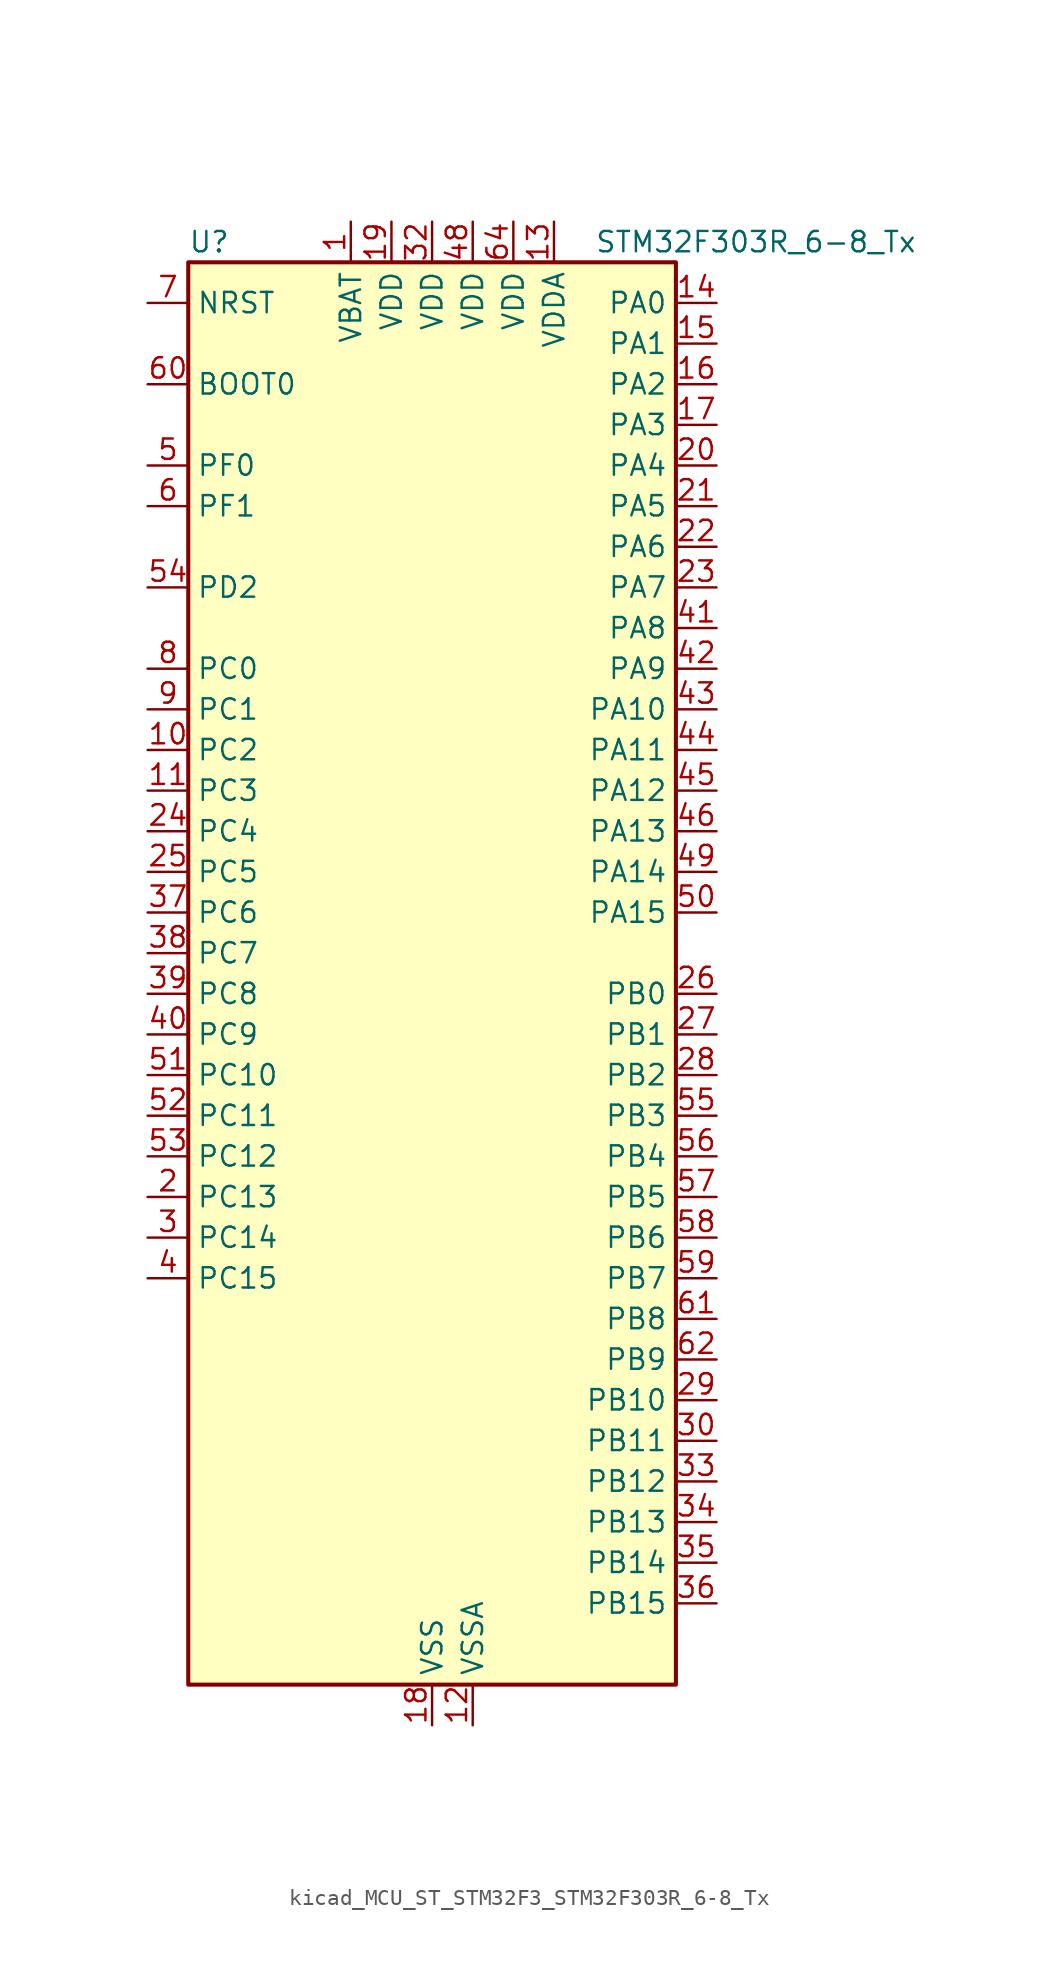
<source format=kicad_sym>
(kicad_symbol_lib
  (version 20220914)
  (generator kicad_symbol_editor)
  (symbol "kicad_MCU_ST_STM32F3_STM32F303R_6-8_Tx"
    (property "Reference" "U"
      (at -15.24 46.99 0)
      (effects (font (size 1.27 1.27)) (justify left)))
    (property "Value" "STM32F303R_6-8_Tx"
      (at 10.16 46.99 0)
      (effects (font (size 1.27 1.27)) (justify left)))
    (property "ki_locked" ""
      (at 0 0 0)
      (effects (font (size 1.27 1.27))))
    (symbol "kicad_MCU_ST_STM32F3_STM32F303R_6-8_Tx_0_1"
      (rectangle (start -15.24 -43.18) (end 15.24 45.72) (stroke (width 0.254) (type default)) (fill (type background))))
    (symbol "kicad_MCU_ST_STM32F3_STM32F303R_6-8_Tx_1_1"
      (pin power_in line (at -5.08 48.26 270) (length 2.54) (name "VBAT" (effects (font (size 1.27 1.27)))) (number "1" (effects (font (size 1.27 1.27)))))
      (pin bidirectional line (at -17.78 15.24 0) (length 2.54) (name "PC2" (effects (font (size 1.27 1.27)))) (number "10" (effects (font (size 1.27 1.27)))) (alternate "ADC1_IN8" bidirectional line) (alternate "ADC2_IN8" bidirectional line) (alternate "TIM1_CH3" bidirectional line))
      (pin bidirectional line (at -17.78 12.7 0) (length 2.54) (name "PC3" (effects (font (size 1.27 1.27)))) (number "11" (effects (font (size 1.27 1.27)))) (alternate "ADC1_IN9" bidirectional line) (alternate "ADC2_IN9" bidirectional line) (alternate "TIM1_BKIN2" bidirectional line) (alternate "TIM1_CH4" bidirectional line))
      (pin power_in line (at 2.54 -45.72 90) (length 2.54) (name "VSSA" (effects (font (size 1.27 1.27)))) (number "12" (effects (font (size 1.27 1.27)))))
      (pin power_in line (at 7.62 48.26 270) (length 2.54) (name "VDDA" (effects (font (size 1.27 1.27)))) (number "13" (effects (font (size 1.27 1.27)))))
      (pin bidirectional line (at 17.78 43.18 180) (length 2.54) (name "PA0" (effects (font (size 1.27 1.27)))) (number "14" (effects (font (size 1.27 1.27)))) (alternate "ADC1_IN1" bidirectional line) (alternate "RTC_TAMP2" bidirectional line) (alternate "SYS_WKUP1" bidirectional line) (alternate "TIM2_CH1" bidirectional line) (alternate "TIM2_ETR" bidirectional line) (alternate "TSC_G1_IO1" bidirectional line) (alternate "USART2_CTS" bidirectional line))
      (pin bidirectional line (at 17.78 40.64 180) (length 2.54) (name "PA1" (effects (font (size 1.27 1.27)))) (number "15" (effects (font (size 1.27 1.27)))) (alternate "ADC1_IN2" bidirectional line) (alternate "RTC_REFIN" bidirectional line) (alternate "TIM15_CH1N" bidirectional line) (alternate "TIM2_CH2" bidirectional line) (alternate "TSC_G1_IO2" bidirectional line) (alternate "USART2_DE" bidirectional line) (alternate "USART2_RTS" bidirectional line))
      (pin bidirectional line (at 17.78 38.1 180) (length 2.54) (name "PA2" (effects (font (size 1.27 1.27)))) (number "16" (effects (font (size 1.27 1.27)))) (alternate "ADC1_IN3" bidirectional line) (alternate "COMP2_INM" bidirectional line) (alternate "COMP2_OUT" bidirectional line) (alternate "TIM15_CH1" bidirectional line) (alternate "TIM2_CH3" bidirectional line) (alternate "TSC_G1_IO3" bidirectional line) (alternate "USART2_TX" bidirectional line))
      (pin bidirectional line (at 17.78 35.56 180) (length 2.54) (name "PA3" (effects (font (size 1.27 1.27)))) (number "17" (effects (font (size 1.27 1.27)))) (alternate "ADC1_IN4" bidirectional line) (alternate "TIM15_CH2" bidirectional line) (alternate "TIM2_CH4" bidirectional line) (alternate "TSC_G1_IO4" bidirectional line) (alternate "USART2_RX" bidirectional line))
      (pin power_in line (at 0 -45.72 90) (length 2.54) (name "VSS" (effects (font (size 1.27 1.27)))) (number "18" (effects (font (size 1.27 1.27)))))
      (pin power_in line (at -2.54 48.26 270) (length 2.54) (name "VDD" (effects (font (size 1.27 1.27)))) (number "19" (effects (font (size 1.27 1.27)))))
      (pin bidirectional line (at -17.78 -12.7 0) (length 2.54) (name "PC13" (effects (font (size 1.27 1.27)))) (number "2" (effects (font (size 1.27 1.27)))) (alternate "RTC_OUT_ALARM" bidirectional line) (alternate "RTC_OUT_CALIB" bidirectional line) (alternate "RTC_TAMP1" bidirectional line) (alternate "RTC_TS" bidirectional line) (alternate "SYS_WKUP2" bidirectional line) (alternate "TIM1_CH1N" bidirectional line))
      (pin bidirectional line (at 17.78 33.02 180) (length 2.54) (name "PA4" (effects (font (size 1.27 1.27)))) (number "20" (effects (font (size 1.27 1.27)))) (alternate "ADC2_IN1" bidirectional line) (alternate "COMP2_INM" bidirectional line) (alternate "COMP4_INM" bidirectional line) (alternate "COMP6_INM" bidirectional line) (alternate "DAC1_OUT1" bidirectional line) (alternate "SPI1_NSS" bidirectional line) (alternate "TIM3_CH2" bidirectional line) (alternate "TSC_G2_IO1" bidirectional line) (alternate "USART2_CK" bidirectional line))
      (pin bidirectional line (at 17.78 30.48 180) (length 2.54) (name "PA5" (effects (font (size 1.27 1.27)))) (number "21" (effects (font (size 1.27 1.27)))) (alternate "ADC2_IN2" bidirectional line) (alternate "DAC1_OUT2" bidirectional line) (alternate "OPAMP2_VINM" bidirectional line) (alternate "OPAMP2_VINM_SEC" bidirectional line) (alternate "SPI1_SCK" bidirectional line) (alternate "TIM2_CH1" bidirectional line) (alternate "TIM2_ETR" bidirectional line) (alternate "TSC_G2_IO2" bidirectional line))
      (pin bidirectional line (at 17.78 27.94 180) (length 2.54) (name "PA6" (effects (font (size 1.27 1.27)))) (number "22" (effects (font (size 1.27 1.27)))) (alternate "ADC2_IN3" bidirectional line) (alternate "DAC2_OUT1" bidirectional line) (alternate "OPAMP2_VOUT" bidirectional line) (alternate "SPI1_MISO" bidirectional line) (alternate "TIM16_CH1" bidirectional line) (alternate "TIM1_BKIN" bidirectional line) (alternate "TIM3_CH1" bidirectional line) (alternate "TSC_G2_IO3" bidirectional line))
      (pin bidirectional line (at 17.78 25.4 180) (length 2.54) (name "PA7" (effects (font (size 1.27 1.27)))) (number "23" (effects (font (size 1.27 1.27)))) (alternate "ADC2_IN4" bidirectional line) (alternate "COMP2_INP" bidirectional line) (alternate "OPAMP2_VINP" bidirectional line) (alternate "OPAMP2_VINP_SEC" bidirectional line) (alternate "SPI1_MOSI" bidirectional line) (alternate "TIM17_CH1" bidirectional line) (alternate "TIM1_CH1N" bidirectional line) (alternate "TIM3_CH2" bidirectional line) (alternate "TSC_G2_IO4" bidirectional line))
      (pin bidirectional line (at -17.78 10.16 0) (length 2.54) (name "PC4" (effects (font (size 1.27 1.27)))) (number "24" (effects (font (size 1.27 1.27)))) (alternate "ADC2_IN5" bidirectional line) (alternate "TIM1_ETR" bidirectional line) (alternate "USART1_TX" bidirectional line))
      (pin bidirectional line (at -17.78 7.62 0) (length 2.54) (name "PC5" (effects (font (size 1.27 1.27)))) (number "25" (effects (font (size 1.27 1.27)))) (alternate "ADC2_IN11" bidirectional line) (alternate "OPAMP2_VINM" bidirectional line) (alternate "OPAMP2_VINM_SEC" bidirectional line) (alternate "TIM15_BKIN" bidirectional line) (alternate "TSC_G3_IO1" bidirectional line) (alternate "USART1_RX" bidirectional line))
      (pin bidirectional line (at 17.78 0 180) (length 2.54) (name "PB0" (effects (font (size 1.27 1.27)))) (number "26" (effects (font (size 1.27 1.27)))) (alternate "ADC1_IN11" bidirectional line) (alternate "COMP4_INP" bidirectional line) (alternate "OPAMP2_VINP" bidirectional line) (alternate "OPAMP2_VINP_SEC" bidirectional line) (alternate "TIM1_CH2N" bidirectional line) (alternate "TIM3_CH3" bidirectional line) (alternate "TSC_G3_IO2" bidirectional line))
      (pin bidirectional line (at 17.78 -2.54 180) (length 2.54) (name "PB1" (effects (font (size 1.27 1.27)))) (number "27" (effects (font (size 1.27 1.27)))) (alternate "ADC1_IN12" bidirectional line) (alternate "COMP4_OUT" bidirectional line) (alternate "TIM1_CH3N" bidirectional line) (alternate "TIM3_CH4" bidirectional line) (alternate "TSC_G3_IO3" bidirectional line))
      (pin bidirectional line (at 17.78 -5.08 180) (length 2.54) (name "PB2" (effects (font (size 1.27 1.27)))) (number "28" (effects (font (size 1.27 1.27)))) (alternate "ADC2_IN12" bidirectional line) (alternate "COMP4_INM" bidirectional line) (alternate "TSC_G3_IO4" bidirectional line))
      (pin bidirectional line (at 17.78 -25.4 180) (length 2.54) (name "PB10" (effects (font (size 1.27 1.27)))) (number "29" (effects (font (size 1.27 1.27)))) (alternate "TIM2_CH3" bidirectional line) (alternate "TSC_SYNC" bidirectional line) (alternate "USART3_TX" bidirectional line))
      (pin bidirectional line (at -17.78 -15.24 0) (length 2.54) (name "PC14" (effects (font (size 1.27 1.27)))) (number "3" (effects (font (size 1.27 1.27)))) (alternate "RCC_OSC32_IN" bidirectional line))
      (pin bidirectional line (at 17.78 -27.94 180) (length 2.54) (name "PB11" (effects (font (size 1.27 1.27)))) (number "30" (effects (font (size 1.27 1.27)))) (alternate "COMP6_INP" bidirectional line) (alternate "TIM2_CH4" bidirectional line) (alternate "TSC_G6_IO1" bidirectional line) (alternate "USART3_RX" bidirectional line))
      (pin passive line (at 0 -45.72 90) (length 2.54) hide (name "VSS" (effects (font (size 1.27 1.27)))) (number "31" (effects (font (size 1.27 1.27)))))
      (pin power_in line (at 0 48.26 270) (length 2.54) (name "VDD" (effects (font (size 1.27 1.27)))) (number "32" (effects (font (size 1.27 1.27)))))
      (pin bidirectional line (at 17.78 -30.48 180) (length 2.54) (name "PB12" (effects (font (size 1.27 1.27)))) (number "33" (effects (font (size 1.27 1.27)))) (alternate "ADC2_IN13" bidirectional line) (alternate "TIM1_BKIN" bidirectional line) (alternate "TSC_G6_IO2" bidirectional line) (alternate "USART3_CK" bidirectional line))
      (pin bidirectional line (at 17.78 -33.02 180) (length 2.54) (name "PB13" (effects (font (size 1.27 1.27)))) (number "34" (effects (font (size 1.27 1.27)))) (alternate "ADC1_IN13" bidirectional line) (alternate "TIM1_CH1N" bidirectional line) (alternate "TSC_G6_IO3" bidirectional line) (alternate "USART3_CTS" bidirectional line))
      (pin bidirectional line (at 17.78 -35.56 180) (length 2.54) (name "PB14" (effects (font (size 1.27 1.27)))) (number "35" (effects (font (size 1.27 1.27)))) (alternate "ADC2_IN14" bidirectional line) (alternate "OPAMP2_VINP" bidirectional line) (alternate "OPAMP2_VINP_SEC" bidirectional line) (alternate "TIM15_CH1" bidirectional line) (alternate "TIM1_CH2N" bidirectional line) (alternate "TSC_G6_IO4" bidirectional line) (alternate "USART3_DE" bidirectional line) (alternate "USART3_RTS" bidirectional line))
      (pin bidirectional line (at 17.78 -38.1 180) (length 2.54) (name "PB15" (effects (font (size 1.27 1.27)))) (number "36" (effects (font (size 1.27 1.27)))) (alternate "ADC2_IN15" bidirectional line) (alternate "COMP6_INM" bidirectional line) (alternate "RTC_REFIN" bidirectional line) (alternate "TIM15_CH1N" bidirectional line) (alternate "TIM15_CH2" bidirectional line) (alternate "TIM1_CH3N" bidirectional line))
      (pin bidirectional line (at -17.78 5.08 0) (length 2.54) (name "PC6" (effects (font (size 1.27 1.27)))) (number "37" (effects (font (size 1.27 1.27)))) (alternate "COMP6_OUT" bidirectional line) (alternate "TIM3_CH1" bidirectional line))
      (pin bidirectional line (at -17.78 2.54 0) (length 2.54) (name "PC7" (effects (font (size 1.27 1.27)))) (number "38" (effects (font (size 1.27 1.27)))) (alternate "TIM3_CH2" bidirectional line))
      (pin bidirectional line (at -17.78 0 0) (length 2.54) (name "PC8" (effects (font (size 1.27 1.27)))) (number "39" (effects (font (size 1.27 1.27)))) (alternate "TIM3_CH3" bidirectional line))
      (pin bidirectional line (at -17.78 -17.78 0) (length 2.54) (name "PC15" (effects (font (size 1.27 1.27)))) (number "4" (effects (font (size 1.27 1.27)))) (alternate "RCC_OSC32_OUT" bidirectional line))
      (pin bidirectional line (at -17.78 -2.54 0) (length 2.54) (name "PC9" (effects (font (size 1.27 1.27)))) (number "40" (effects (font (size 1.27 1.27)))) (alternate "DAC1_EXTI9" bidirectional line) (alternate "DAC2_EXTI9" bidirectional line) (alternate "TIM3_CH4" bidirectional line))
      (pin bidirectional line (at 17.78 22.86 180) (length 2.54) (name "PA8" (effects (font (size 1.27 1.27)))) (number "41" (effects (font (size 1.27 1.27)))) (alternate "RCC_MCO" bidirectional line) (alternate "TIM1_CH1" bidirectional line) (alternate "USART1_CK" bidirectional line))
      (pin bidirectional line (at 17.78 20.32 180) (length 2.54) (name "PA9" (effects (font (size 1.27 1.27)))) (number "42" (effects (font (size 1.27 1.27)))) (alternate "DAC1_EXTI9" bidirectional line) (alternate "DAC2_EXTI9" bidirectional line) (alternate "TIM15_BKIN" bidirectional line) (alternate "TIM1_CH2" bidirectional line) (alternate "TIM2_CH3" bidirectional line) (alternate "TSC_G4_IO1" bidirectional line) (alternate "USART1_TX" bidirectional line))
      (pin bidirectional line (at 17.78 17.78 180) (length 2.54) (name "PA10" (effects (font (size 1.27 1.27)))) (number "43" (effects (font (size 1.27 1.27)))) (alternate "COMP6_OUT" bidirectional line) (alternate "TIM17_BKIN" bidirectional line) (alternate "TIM1_CH3" bidirectional line) (alternate "TIM2_CH4" bidirectional line) (alternate "TSC_G4_IO2" bidirectional line) (alternate "USART1_RX" bidirectional line))
      (pin bidirectional line (at 17.78 15.24 180) (length 2.54) (name "PA11" (effects (font (size 1.27 1.27)))) (number "44" (effects (font (size 1.27 1.27)))) (alternate "CAN_RX" bidirectional line) (alternate "TIM1_BKIN2" bidirectional line) (alternate "TIM1_CH1N" bidirectional line) (alternate "TIM1_CH4" bidirectional line) (alternate "USART1_CTS" bidirectional line))
      (pin bidirectional line (at 17.78 12.7 180) (length 2.54) (name "PA12" (effects (font (size 1.27 1.27)))) (number "45" (effects (font (size 1.27 1.27)))) (alternate "CAN_TX" bidirectional line) (alternate "COMP2_OUT" bidirectional line) (alternate "TIM16_CH1" bidirectional line) (alternate "TIM1_CH2N" bidirectional line) (alternate "TIM1_ETR" bidirectional line) (alternate "USART1_DE" bidirectional line) (alternate "USART1_RTS" bidirectional line))
      (pin bidirectional line (at 17.78 10.16 180) (length 2.54) (name "PA13" (effects (font (size 1.27 1.27)))) (number "46" (effects (font (size 1.27 1.27)))) (alternate "IR_OUT" bidirectional line) (alternate "SYS_JTMS-SWDIO" bidirectional line) (alternate "TIM16_CH1N" bidirectional line) (alternate "TSC_G4_IO3" bidirectional line) (alternate "USART3_CTS" bidirectional line))
      (pin passive line (at 0 -45.72 90) (length 2.54) hide (name "VSS" (effects (font (size 1.27 1.27)))) (number "47" (effects (font (size 1.27 1.27)))))
      (pin power_in line (at 2.54 48.26 270) (length 2.54) (name "VDD" (effects (font (size 1.27 1.27)))) (number "48" (effects (font (size 1.27 1.27)))))
      (pin bidirectional line (at 17.78 7.62 180) (length 2.54) (name "PA14" (effects (font (size 1.27 1.27)))) (number "49" (effects (font (size 1.27 1.27)))) (alternate "I2C1_SDA" bidirectional line) (alternate "SYS_JTCK-SWCLK" bidirectional line) (alternate "TIM1_BKIN" bidirectional line) (alternate "TSC_G4_IO4" bidirectional line) (alternate "USART2_TX" bidirectional line))
      (pin bidirectional line (at -17.78 33.02 0) (length 2.54) (name "PF0" (effects (font (size 1.27 1.27)))) (number "5" (effects (font (size 1.27 1.27)))) (alternate "RCC_OSC_IN" bidirectional line) (alternate "TIM1_CH3N" bidirectional line))
      (pin bidirectional line (at 17.78 5.08 180) (length 2.54) (name "PA15" (effects (font (size 1.27 1.27)))) (number "50" (effects (font (size 1.27 1.27)))) (alternate "I2C1_SCL" bidirectional line) (alternate "SPI1_NSS" bidirectional line) (alternate "SYS_JTDI" bidirectional line) (alternate "TIM1_BKIN" bidirectional line) (alternate "TIM2_CH1" bidirectional line) (alternate "TIM2_ETR" bidirectional line) (alternate "TSC_SYNC" bidirectional line) (alternate "USART2_RX" bidirectional line))
      (pin bidirectional line (at -17.78 -5.08 0) (length 2.54) (name "PC10" (effects (font (size 1.27 1.27)))) (number "51" (effects (font (size 1.27 1.27)))) (alternate "USART3_TX" bidirectional line))
      (pin bidirectional line (at -17.78 -7.62 0) (length 2.54) (name "PC11" (effects (font (size 1.27 1.27)))) (number "52" (effects (font (size 1.27 1.27)))) (alternate "USART3_RX" bidirectional line))
      (pin bidirectional line (at -17.78 -10.16 0) (length 2.54) (name "PC12" (effects (font (size 1.27 1.27)))) (number "53" (effects (font (size 1.27 1.27)))) (alternate "USART3_CK" bidirectional line))
      (pin bidirectional line (at -17.78 25.4 0) (length 2.54) (name "PD2" (effects (font (size 1.27 1.27)))) (number "54" (effects (font (size 1.27 1.27)))) (alternate "TIM3_ETR" bidirectional line))
      (pin bidirectional line (at 17.78 -7.62 180) (length 2.54) (name "PB3" (effects (font (size 1.27 1.27)))) (number "55" (effects (font (size 1.27 1.27)))) (alternate "SPI1_SCK" bidirectional line) (alternate "SYS_JTDO-TRACESWO" bidirectional line) (alternate "TIM2_CH2" bidirectional line) (alternate "TIM3_ETR" bidirectional line) (alternate "TSC_G5_IO1" bidirectional line) (alternate "USART2_TX" bidirectional line))
      (pin bidirectional line (at 17.78 -10.16 180) (length 2.54) (name "PB4" (effects (font (size 1.27 1.27)))) (number "56" (effects (font (size 1.27 1.27)))) (alternate "SPI1_MISO" bidirectional line) (alternate "SYS_NJTRST" bidirectional line) (alternate "TIM16_CH1" bidirectional line) (alternate "TIM17_BKIN" bidirectional line) (alternate "TIM3_CH1" bidirectional line) (alternate "TSC_G5_IO2" bidirectional line) (alternate "USART2_RX" bidirectional line))
      (pin bidirectional line (at 17.78 -12.7 180) (length 2.54) (name "PB5" (effects (font (size 1.27 1.27)))) (number "57" (effects (font (size 1.27 1.27)))) (alternate "I2C1_SMBA" bidirectional line) (alternate "SPI1_MOSI" bidirectional line) (alternate "TIM16_BKIN" bidirectional line) (alternate "TIM17_CH1" bidirectional line) (alternate "TIM3_CH2" bidirectional line) (alternate "USART2_CK" bidirectional line))
      (pin bidirectional line (at 17.78 -15.24 180) (length 2.54) (name "PB6" (effects (font (size 1.27 1.27)))) (number "58" (effects (font (size 1.27 1.27)))) (alternate "I2C1_SCL" bidirectional line) (alternate "TIM16_CH1N" bidirectional line) (alternate "TSC_G5_IO3" bidirectional line) (alternate "USART1_TX" bidirectional line))
      (pin bidirectional line (at 17.78 -17.78 180) (length 2.54) (name "PB7" (effects (font (size 1.27 1.27)))) (number "59" (effects (font (size 1.27 1.27)))) (alternate "I2C1_SDA" bidirectional line) (alternate "TIM17_CH1N" bidirectional line) (alternate "TIM3_CH4" bidirectional line) (alternate "TSC_G5_IO4" bidirectional line) (alternate "USART1_RX" bidirectional line))
      (pin bidirectional line (at -17.78 30.48 0) (length 2.54) (name "PF1" (effects (font (size 1.27 1.27)))) (number "6" (effects (font (size 1.27 1.27)))) (alternate "RCC_OSC_OUT" bidirectional line))
      (pin input line (at -17.78 38.1 0) (length 2.54) (name "BOOT0" (effects (font (size 1.27 1.27)))) (number "60" (effects (font (size 1.27 1.27)))))
      (pin bidirectional line (at 17.78 -20.32 180) (length 2.54) (name "PB8" (effects (font (size 1.27 1.27)))) (number "61" (effects (font (size 1.27 1.27)))) (alternate "CAN_RX" bidirectional line) (alternate "I2C1_SCL" bidirectional line) (alternate "TIM16_CH1" bidirectional line) (alternate "TIM1_BKIN" bidirectional line) (alternate "TSC_SYNC" bidirectional line) (alternate "USART3_RX" bidirectional line))
      (pin bidirectional line (at 17.78 -22.86 180) (length 2.54) (name "PB9" (effects (font (size 1.27 1.27)))) (number "62" (effects (font (size 1.27 1.27)))) (alternate "CAN_TX" bidirectional line) (alternate "COMP2_OUT" bidirectional line) (alternate "DAC1_EXTI9" bidirectional line) (alternate "DAC2_EXTI9" bidirectional line) (alternate "I2C1_SDA" bidirectional line) (alternate "IR_OUT" bidirectional line) (alternate "TIM17_CH1" bidirectional line) (alternate "USART3_TX" bidirectional line))
      (pin passive line (at 0 -45.72 90) (length 2.54) hide (name "VSS" (effects (font (size 1.27 1.27)))) (number "63" (effects (font (size 1.27 1.27)))))
      (pin power_in line (at 5.08 48.26 270) (length 2.54) (name "VDD" (effects (font (size 1.27 1.27)))) (number "64" (effects (font (size 1.27 1.27)))))
      (pin input line (at -17.78 43.18 0) (length 2.54) (name "NRST" (effects (font (size 1.27 1.27)))) (number "7" (effects (font (size 1.27 1.27)))))
      (pin bidirectional line (at -17.78 20.32 0) (length 2.54) (name "PC0" (effects (font (size 1.27 1.27)))) (number "8" (effects (font (size 1.27 1.27)))) (alternate "ADC1_IN6" bidirectional line) (alternate "ADC2_IN6" bidirectional line) (alternate "TIM1_CH1" bidirectional line))
      (pin bidirectional line (at -17.78 17.78 0) (length 2.54) (name "PC1" (effects (font (size 1.27 1.27)))) (number "9" (effects (font (size 1.27 1.27)))) (alternate "ADC1_IN7" bidirectional line) (alternate "ADC2_IN7" bidirectional line) (alternate "TIM1_CH2" bidirectional line)))))
</source>
